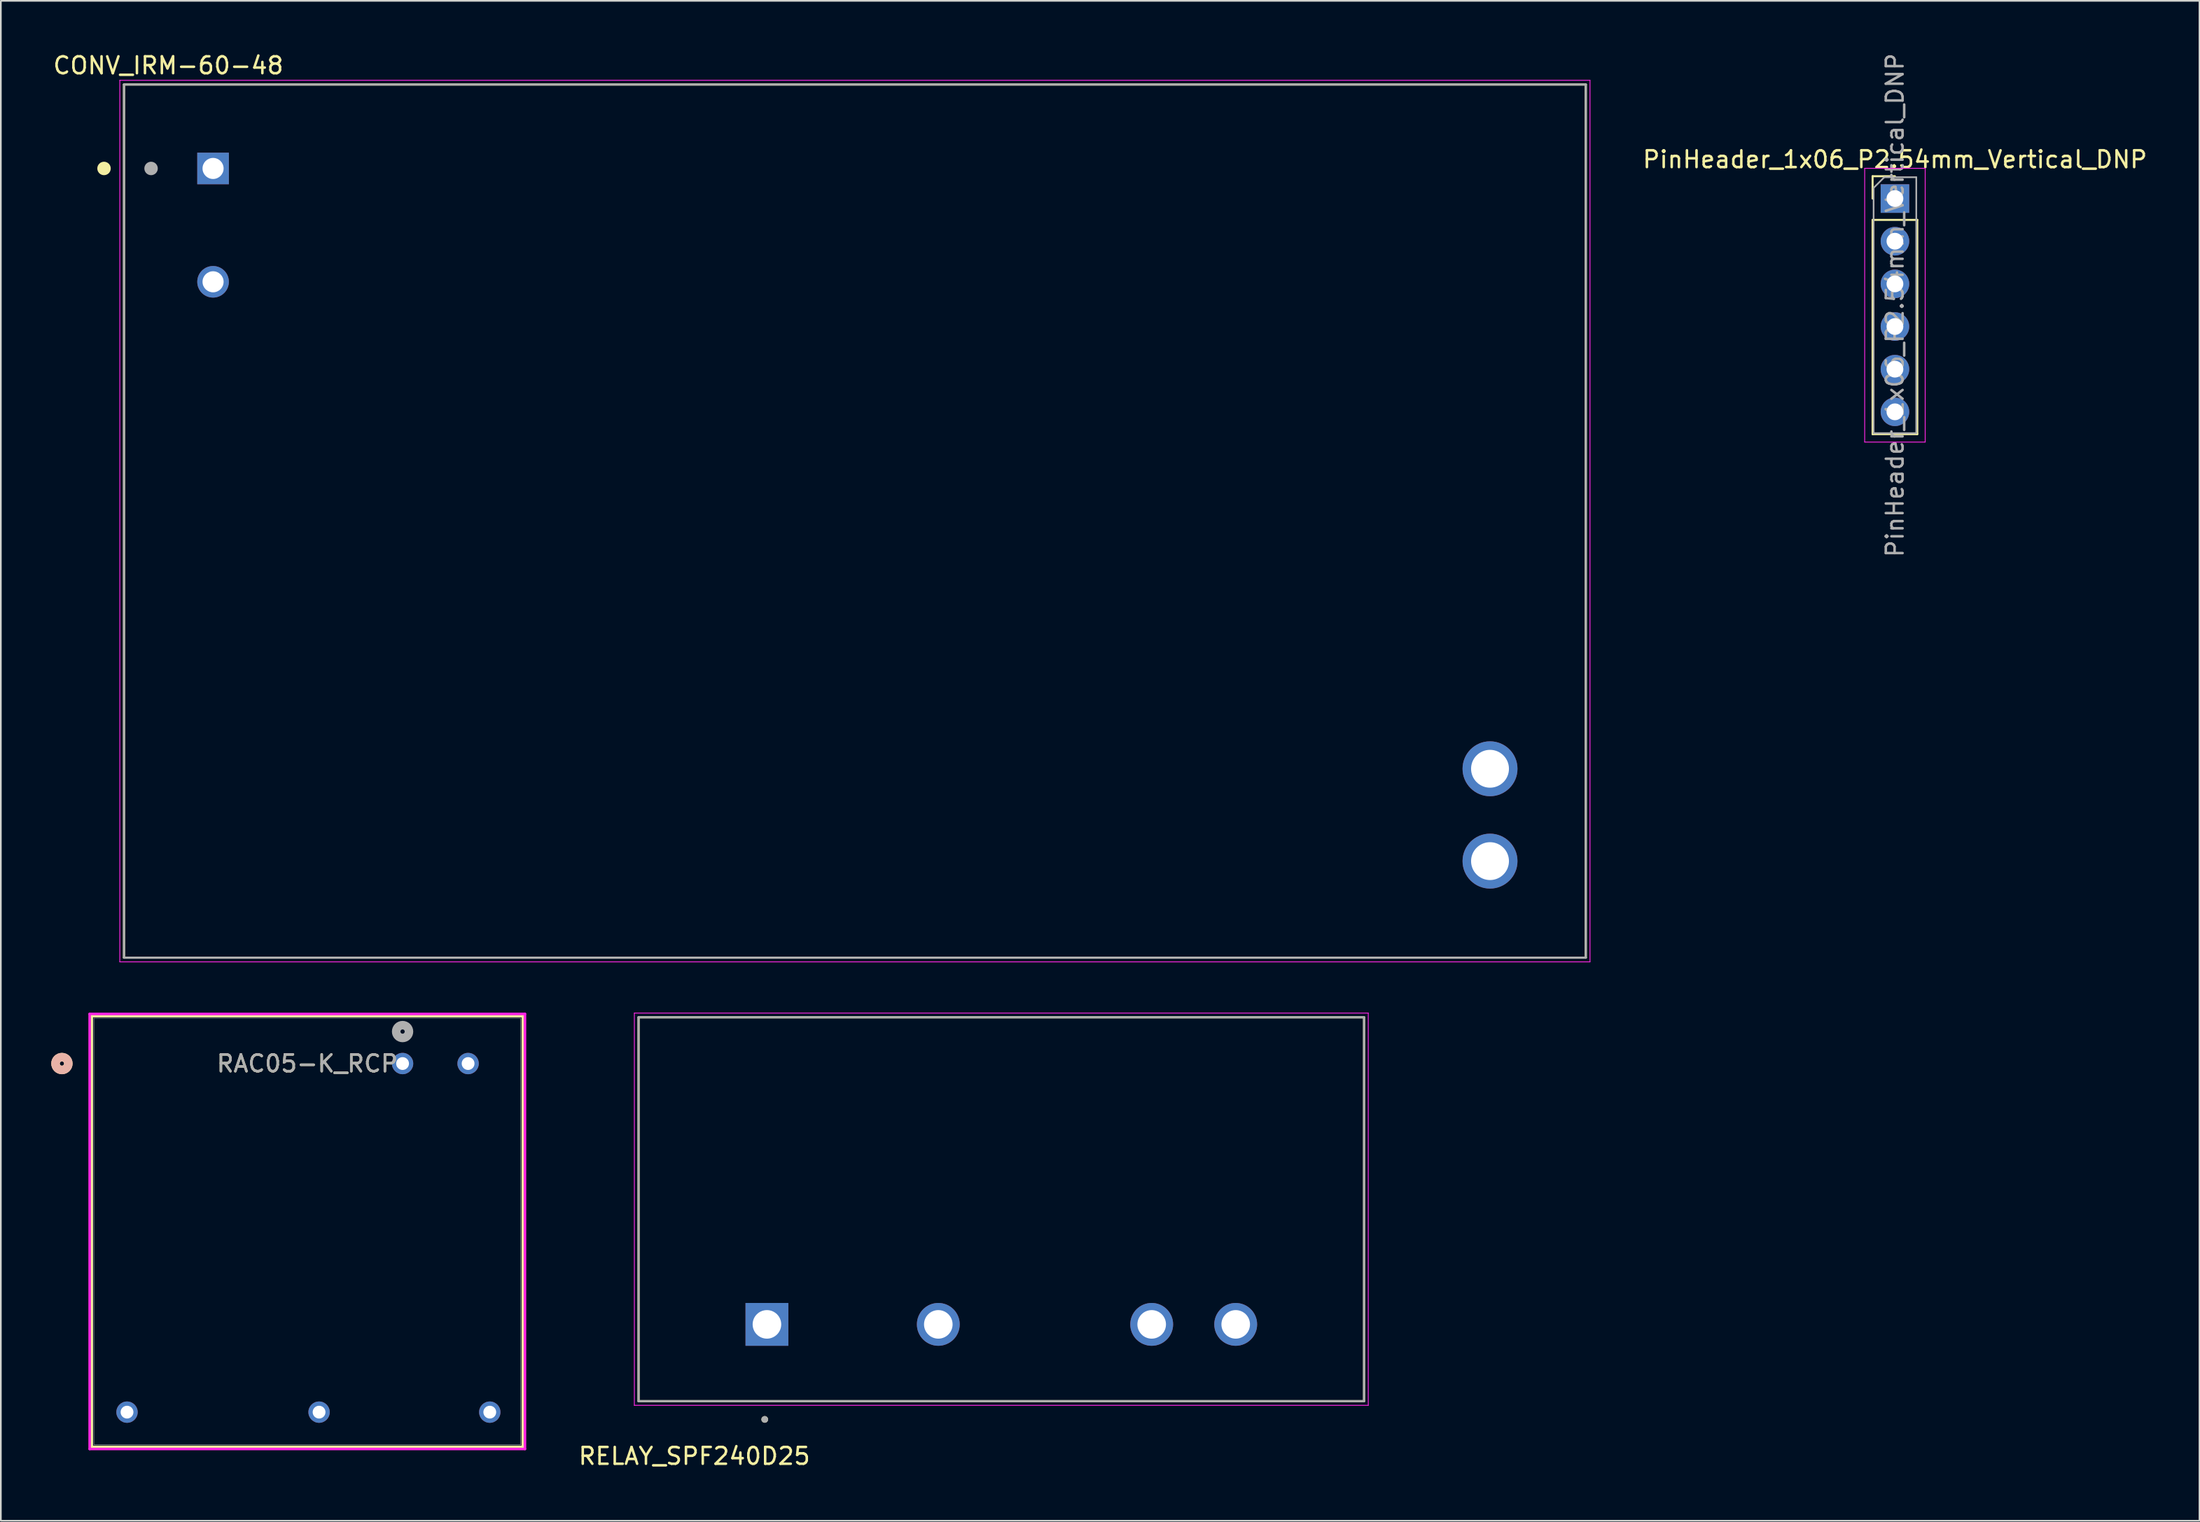
<source format=kicad_pcb>
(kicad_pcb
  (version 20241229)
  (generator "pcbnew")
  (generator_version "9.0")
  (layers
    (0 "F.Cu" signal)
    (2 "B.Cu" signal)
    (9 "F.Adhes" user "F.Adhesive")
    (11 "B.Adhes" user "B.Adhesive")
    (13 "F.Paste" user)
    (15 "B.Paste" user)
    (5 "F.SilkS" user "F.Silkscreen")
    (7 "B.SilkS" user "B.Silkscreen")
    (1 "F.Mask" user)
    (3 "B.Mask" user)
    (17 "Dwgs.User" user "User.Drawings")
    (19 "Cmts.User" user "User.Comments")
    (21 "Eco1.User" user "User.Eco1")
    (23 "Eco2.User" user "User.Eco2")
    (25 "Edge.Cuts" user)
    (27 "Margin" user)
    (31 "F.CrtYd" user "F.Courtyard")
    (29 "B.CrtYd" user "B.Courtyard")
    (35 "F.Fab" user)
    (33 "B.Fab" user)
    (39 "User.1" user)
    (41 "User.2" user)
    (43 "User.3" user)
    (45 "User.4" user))
  (footprint "RELAY_SPF240D25"
    (layer "F.Cu")
    (at 56.545 75.82)
    (property "Reference" "RELAY_SPF240D25" (at -18.269 7.844 0) (layer "F.SilkS") (effects (font (size 1 1) (thickness 0.15))))
    (attr through_hole)
    (fp_line (start -21.59 -18.288) (end -21.59 4.572) (stroke (width 0.127) (type solid)) (layer "F.SilkS"))
    (fp_line (start -21.59 4.572) (end 21.59 4.572) (stroke (width 0.127) (type solid)) (layer "F.SilkS"))
    (fp_line (start 21.59 -18.288) (end -21.59 -18.288) (stroke (width 0.127) (type solid)) (layer "F.SilkS"))
    (fp_line (start 21.59 4.572) (end 21.59 -18.288) (stroke (width 0.127) (type solid)) (layer "F.SilkS"))
    (fp_circle (center -14.08 5.66) (end -13.98 5.66) (stroke (width 0.2) (type solid)) (fill no) (layer "F.SilkS"))
    (fp_line (start -21.84 -18.538) (end 21.84 -18.538) (stroke (width 0.05) (type solid)) (layer "F.CrtYd"))
    (fp_line (start -21.84 4.822) (end -21.84 -18.538) (stroke (width 0.05) (type solid)) (layer "F.CrtYd"))
    (fp_line (start 21.84 -18.538) (end 21.84 4.822) (stroke (width 0.05) (type solid)) (layer "F.CrtYd"))
    (fp_line (start 21.84 4.822) (end -21.84 4.822) (stroke (width 0.05) (type solid)) (layer "F.CrtYd"))
    (fp_line (start -21.59 -18.288) (end -21.59 4.572) (stroke (width 0.127) (type solid)) (layer "F.Fab"))
    (fp_line (start -21.59 4.572) (end 21.59 4.572) (stroke (width 0.127) (type solid)) (layer "F.Fab"))
    (fp_line (start 21.59 -18.288) (end -21.59 -18.288) (stroke (width 0.127) (type solid)) (layer "F.Fab"))
    (fp_line (start 21.59 4.572) (end 21.59 -18.288) (stroke (width 0.127) (type solid)) (layer "F.Fab"))
    (fp_circle (center -14.08 5.66) (end -13.98 5.66) (stroke (width 0.2) (type solid)) (fill no) (layer "F.Fab"))
    (pad "1" thru_hole rect (at -13.95 0) (size 2.55 2.55) (drill 1.7) (layers "*.Cu" "*.Mask"))
    (pad "2" thru_hole circle (at -3.75 0) (size 2.55 2.55) (drill 1.7) (layers "*.Cu" "*.Mask"))
    (pad "3" thru_hole circle (at 8.95 0) (size 2.55 2.55) (drill 1.7) (layers "*.Cu" "*.Mask"))
    (pad "4" thru_hole circle (at 13.95 0) (size 2.55 2.55) (drill 1.7) (layers "*.Cu" "*.Mask")))
  (footprint "CONV_IRM-60-48"
    (layer "F.Cu")
    (at 47.831 27.982)
    (property "Reference" "CONV_IRM-60-48" (at -40.865 -27.131 0) (layer "F.SilkS") (effects (font (size 1.005 1.005) (thickness 0.15))))
    (attr through_hole)
    (fp_line (start -43.5 -26) (end 43.5 -26) (stroke (width 0.127) (type solid)) (layer "F.SilkS"))
    (fp_line (start -43.5 26) (end -43.5 -26) (stroke (width 0.127) (type solid)) (layer "F.SilkS"))
    (fp_line (start 43.5 -26) (end 43.5 26) (stroke (width 0.127) (type solid)) (layer "F.SilkS"))
    (fp_line (start 43.5 26) (end -43.5 26) (stroke (width 0.127) (type solid)) (layer "F.SilkS"))
    (fp_circle (center -44.69 -21) (end -44.49 -21) (stroke (width 0.4) (type solid)) (fill no) (layer "F.SilkS"))
    (fp_line (start -43.75 -26.25) (end 43.75 -26.25) (stroke (width 0.05) (type solid)) (layer "F.CrtYd"))
    (fp_line (start -43.75 26.25) (end -43.75 -26.25) (stroke (width 0.05) (type solid)) (layer "F.CrtYd"))
    (fp_line (start 43.75 -26.25) (end 43.75 26.25) (stroke (width 0.05) (type solid)) (layer "F.CrtYd"))
    (fp_line (start 43.75 26.25) (end -43.75 26.25) (stroke (width 0.05) (type solid)) (layer "F.CrtYd"))
    (fp_line (start -43.5 -26) (end 43.5 -26) (stroke (width 0.127) (type solid)) (layer "F.Fab"))
    (fp_line (start -43.5 26) (end -43.5 -26) (stroke (width 0.127) (type solid)) (layer "F.Fab"))
    (fp_line (start 43.5 -26) (end 43.5 26) (stroke (width 0.127) (type solid)) (layer "F.Fab"))
    (fp_line (start 43.5 26) (end -43.5 26) (stroke (width 0.127) (type solid)) (layer "F.Fab"))
    (fp_circle (center -41.89 -21) (end -41.69 -21) (stroke (width 0.4) (type solid)) (fill no) (layer "F.Fab"))
    (pad "+V" thru_hole circle (at 37.8 20.25) (size 3.27 3.27) (drill 2.254) (layers "*.Cu" "*.Mask"))
    (pad "-V" thru_hole circle (at 37.8 14.75) (size 3.27 3.27) (drill 2.254) (layers "*.Cu" "*.Mask"))
    (pad "AC/L" thru_hole rect (at -38.2 -21) (size 1.881 1.881) (drill 1.254) (layers "*.Cu" "*.Mask"))
    (pad "AC/N" thru_hole circle (at -38.2 -14.25) (size 1.881 1.881) (drill 1.254) (layers "*.Cu" "*.Mask")))
  (footprint "PinHeader_1x06_P2.54mm_Vertical_DNP"
    (layer "F.Cu")
    (at 109.731 8.775)
    (property "Reference" "PinHeader_1x06_P2.54mm_Vertical_DNP" (at 0 -2.33 0) (layer "F.SilkS") (effects (font (size 1 1) (thickness 0.15))))
    (attr through_hole)
    (fp_line (start -1.33 -1.33) (end 0 -1.33) (stroke (width 0.12) (type solid)) (layer "F.SilkS"))
    (fp_line (start -1.33 0) (end -1.33 -1.33) (stroke (width 0.12) (type solid)) (layer "F.SilkS"))
    (fp_line (start -1.33 1.27) (end -1.33 14.03) (stroke (width 0.12) (type solid)) (layer "F.SilkS"))
    (fp_line (start -1.33 1.27) (end 1.33 1.27) (stroke (width 0.12) (type solid)) (layer "F.SilkS"))
    (fp_line (start -1.33 14.03) (end 1.33 14.03) (stroke (width 0.12) (type solid)) (layer "F.SilkS"))
    (fp_line (start 1.33 1.27) (end 1.33 14.03) (stroke (width 0.12) (type solid)) (layer "F.SilkS"))
    (fp_line (start -1.8 -1.8) (end -1.8 14.5) (stroke (width 0.05) (type solid)) (layer "F.CrtYd"))
    (fp_line (start -1.8 14.5) (end 1.8 14.5) (stroke (width 0.05) (type solid)) (layer "F.CrtYd"))
    (fp_line (start 1.8 -1.8) (end -1.8 -1.8) (stroke (width 0.05) (type solid)) (layer "F.CrtYd"))
    (fp_line (start 1.8 14.5) (end 1.8 -1.8) (stroke (width 0.05) (type solid)) (layer "F.CrtYd"))
    (fp_line (start -1.27 -0.635) (end -0.635 -1.27) (stroke (width 0.1) (type solid)) (layer "F.Fab"))
    (fp_line (start -1.27 13.97) (end -1.27 -0.635) (stroke (width 0.1) (type solid)) (layer "F.Fab"))
    (fp_line (start -0.635 -1.27) (end 1.27 -1.27) (stroke (width 0.1) (type solid)) (layer "F.Fab"))
    (fp_line (start 1.27 -1.27) (end 1.27 13.97) (stroke (width 0.1) (type solid)) (layer "F.Fab"))
    (fp_line (start 1.27 13.97) (end -1.27 13.97) (stroke (width 0.1) (type solid)) (layer "F.Fab"))
    (fp_text user "${REFERENCE}" (at 0 6.35 90) (layer "F.Fab") (effects (font (size 1 1) (thickness 0.15))))
    (pad "1" thru_hole rect (at 0 0) (size 1.7 1.7) (drill 1) (layers "*.Cu" "*.Mask"))
    (pad "2" thru_hole oval (at 0 2.54) (size 1.7 1.7) (drill 1) (layers "*.Cu" "*.Mask"))
    (pad "3" thru_hole oval (at 0 5.08) (size 1.7 1.7) (drill 1) (layers "*.Cu" "*.Mask"))
    (pad "4" thru_hole oval (at 0 7.62) (size 1.7 1.7) (drill 1) (layers "*.Cu" "*.Mask"))
    (pad "5" thru_hole oval (at 0 10.16) (size 1.7 1.7) (drill 1) (layers "*.Cu" "*.Mask"))
    (pad "6" thru_hole oval (at 0 12.7) (size 1.7 1.7) (drill 1) (layers "*.Cu" "*.Mask")))
  (footprint "RAC05-K_RCP"
    (layer "F.Cu")
    (at 20.91 60.287)
    (property "Reference" "RAC05-K_RCP" (at -5.67 0 0) (unlocked yes) (layer "F.SilkS") (effects (font (size 1 1) (thickness 0.15))))
    (attr through_hole)
    (fp_line (start -18.497 -2.827) (end -18.497 22.827) (stroke (width 0.152) (type solid)) (layer "F.SilkS"))
    (fp_line (start -18.497 22.827) (end 7.157 22.827) (stroke (width 0.152) (type solid)) (layer "F.SilkS"))
    (fp_line (start 7.157 -2.827) (end -18.497 -2.827) (stroke (width 0.152) (type solid)) (layer "F.SilkS"))
    (fp_line (start 7.157 22.827) (end 7.157 -2.827) (stroke (width 0.152) (type solid)) (layer "F.SilkS"))
    (fp_circle (center -20.275 0) (end -19.894 0) (stroke (width 0.508) (type solid)) (fill no) (layer "F.SilkS"))
    (fp_circle (center -20.275 0) (end -19.894 0) (stroke (width 0.508) (type solid)) (fill no) (layer "B.SilkS"))
    (fp_line (start -18.624 -2.954) (end -18.624 22.954) (stroke (width 0.152) (type solid)) (layer "F.CrtYd"))
    (fp_line (start -18.624 22.954) (end 7.284 22.954) (stroke (width 0.152) (type solid)) (layer "F.CrtYd"))
    (fp_line (start 7.284 -2.954) (end -18.624 -2.954) (stroke (width 0.152) (type solid)) (layer "F.CrtYd"))
    (fp_line (start 7.284 22.954) (end 7.284 -2.954) (stroke (width 0.152) (type solid)) (layer "F.CrtYd"))
    (fp_line (start -18.37 -2.7) (end -18.37 22.7) (stroke (width 0.025) (type solid)) (layer "F.Fab"))
    (fp_line (start -18.37 22.7) (end 7.03 22.7) (stroke (width 0.025) (type solid)) (layer "F.Fab"))
    (fp_line (start 7.03 -2.7) (end -18.37 -2.7) (stroke (width 0.025) (type solid)) (layer "F.Fab"))
    (fp_line (start 7.03 22.7) (end 7.03 -2.7) (stroke (width 0.025) (type solid)) (layer "F.Fab"))
    (fp_circle (center 0 -1.905) (end 0.381 -1.905) (stroke (width 0.508) (type solid)) (fill no) (layer "F.Fab"))
    (fp_text user "${REFERENCE}" (at -5.67 0 0) (unlocked yes) (layer "F.Fab") (effects (font (size 1 1) (thickness 0.15))))
    (pad "1" thru_hole circle (at 0 0) (size 1.27 1.27) (drill 0.762) (layers "*.Cu" "*.Mask"))
    (pad "2" thru_hole circle (at 3.9 0) (size 1.27 1.27) (drill 0.762) (layers "*.Cu" "*.Mask"))
    (pad "3" thru_hole circle (at -16.4 20.76) (size 1.27 1.27) (drill 0.762) (layers "*.Cu" "*.Mask"))
    (pad "4" thru_hole circle (at -4.97 20.76) (size 1.27 1.27) (drill 0.762) (layers "*.Cu" "*.Mask"))
    (pad "5" thru_hole circle (at 5.19 20.76) (size 1.27 1.27) (drill 0.762) (layers "*.Cu" "*.Mask")))
  (gr_rect
    (start -3 -3)
    (end 127.856 87.513)
    (stroke (width 0.1) (type default))
    (fill no)
    (layer "Edge.Cuts")))
</source>
